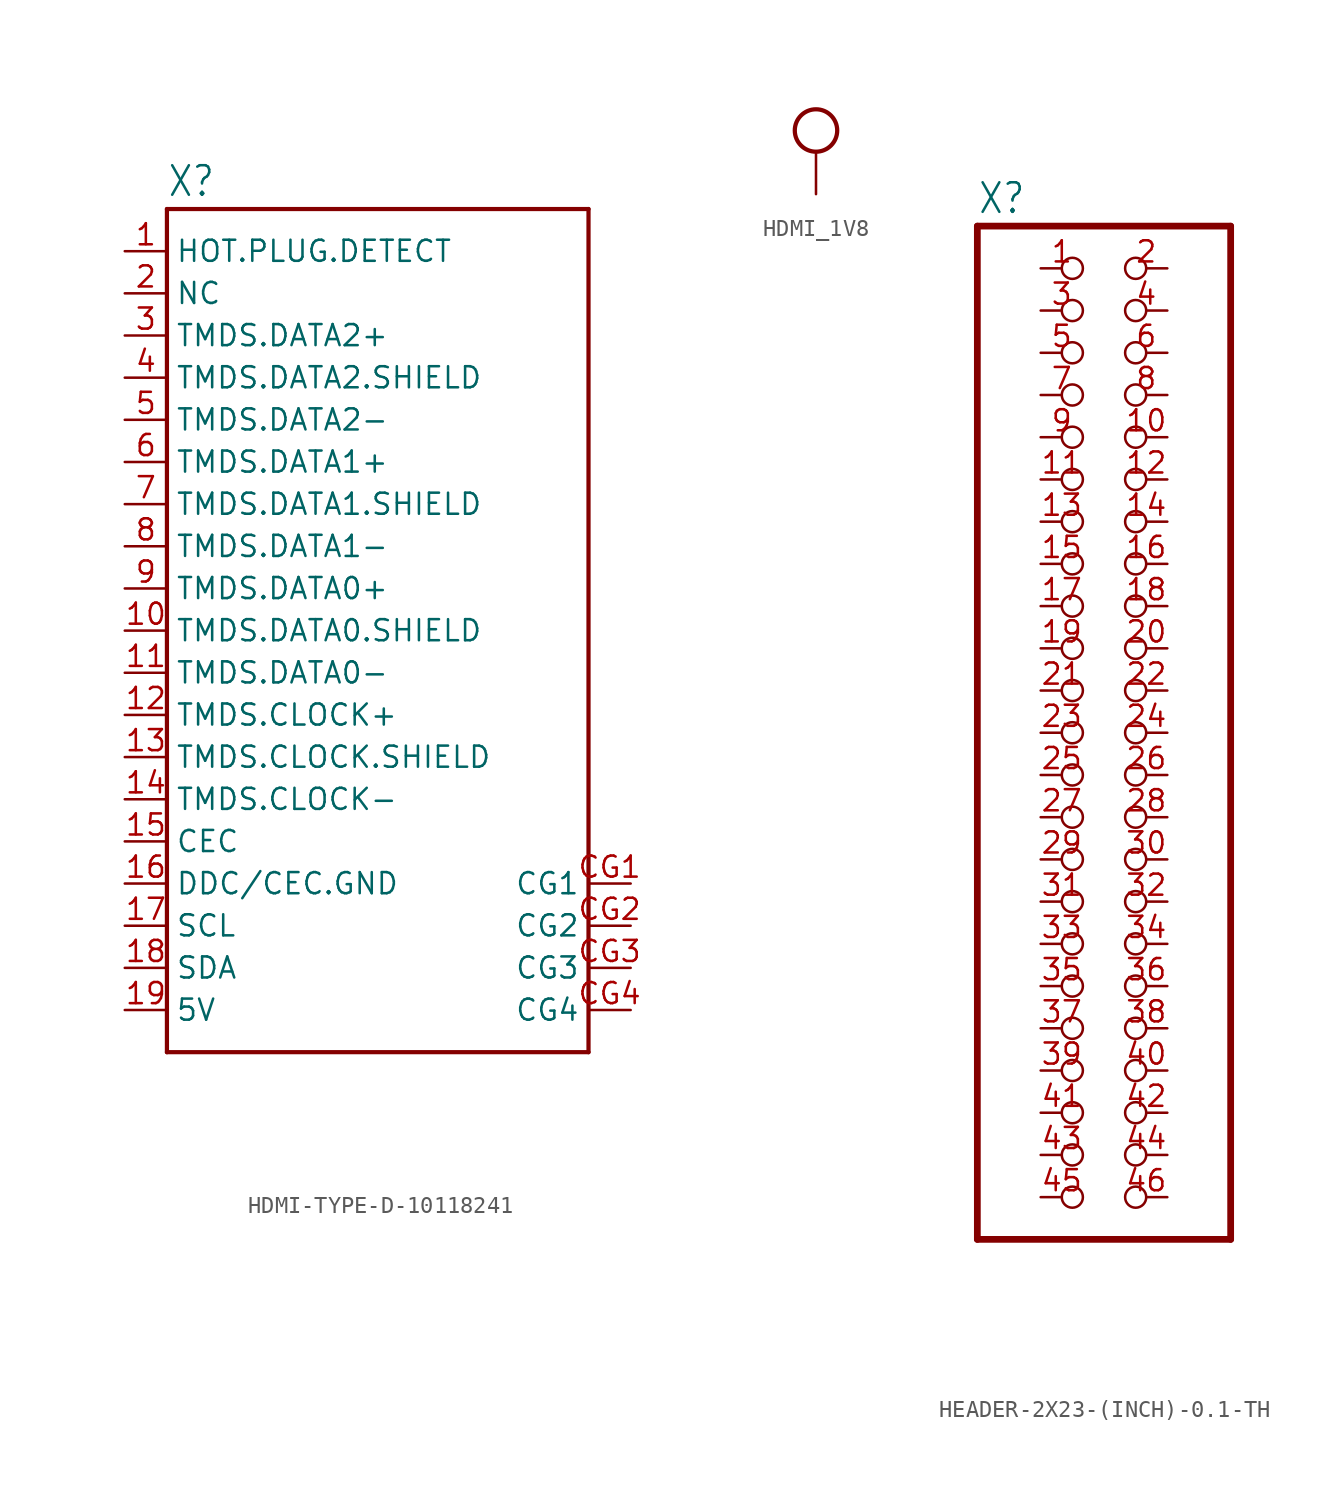
<source format=kicad_sym>
(kicad_symbol_lib
  (version 20231120)
  (generator "kicad_symbol_editor")
  (generator_version "8.0")
  (symbol "HDMI-TYPE-D-10118241"
    (property "Reference" "X"
      (at -12.7 26.035 0)
      (effects (font (size 1.778 1.511)) (justify left bottom)))
    (property "Value" ""
      (at -12.7 -27.94 0)
      (effects (font (size 1.778 1.511)) (justify left bottom)))
    (property "ki_locked" ""
      (at 0 0 0)
      (effects (font (size 1.27 1.27))))
    (symbol "HDMI-TYPE-D-10118241_1_0"
      (polyline (pts (xy -12.7 -25.4) (xy 12.7 -25.4)) (stroke (width 0.254) (type solid)) (fill (type none)))
      (polyline (pts (xy -12.7 25.4) (xy -12.7 -25.4)) (stroke (width 0.254) (type solid)) (fill (type none)))
      (polyline (pts (xy 12.7 -25.4) (xy 12.7 25.4)) (stroke (width 0.254) (type solid)) (fill (type none)))
      (polyline (pts (xy 12.7 25.4) (xy -12.7 25.4)) (stroke (width 0.254) (type solid)) (fill (type none)))
      (pin bidirectional line (at -15.24 22.86 0) (length 2.54) (name "HOT.PLUG.DETECT" (effects (font (size 1.27 1.27)))) (number "1" (effects (font (size 1.27 1.27)))))
      (pin bidirectional line (at -15.24 0 0) (length 2.54) (name "TMDS.DATA0.SHIELD" (effects (font (size 1.27 1.27)))) (number "10" (effects (font (size 1.27 1.27)))))
      (pin bidirectional line (at -15.24 -2.54 0) (length 2.54) (name "TMDS.DATA0-" (effects (font (size 1.27 1.27)))) (number "11" (effects (font (size 1.27 1.27)))))
      (pin bidirectional line (at -15.24 -5.08 0) (length 2.54) (name "TMDS.CLOCK+" (effects (font (size 1.27 1.27)))) (number "12" (effects (font (size 1.27 1.27)))))
      (pin bidirectional line (at -15.24 -7.62 0) (length 2.54) (name "TMDS.CLOCK.SHIELD" (effects (font (size 1.27 1.27)))) (number "13" (effects (font (size 1.27 1.27)))))
      (pin bidirectional line (at -15.24 -10.16 0) (length 2.54) (name "TMDS.CLOCK-" (effects (font (size 1.27 1.27)))) (number "14" (effects (font (size 1.27 1.27)))))
      (pin bidirectional line (at -15.24 -12.7 0) (length 2.54) (name "CEC" (effects (font (size 1.27 1.27)))) (number "15" (effects (font (size 1.27 1.27)))))
      (pin bidirectional line (at -15.24 -15.24 0) (length 2.54) (name "DDC/CEC.GND" (effects (font (size 1.27 1.27)))) (number "16" (effects (font (size 1.27 1.27)))))
      (pin bidirectional line (at -15.24 -17.78 0) (length 2.54) (name "SCL" (effects (font (size 1.27 1.27)))) (number "17" (effects (font (size 1.27 1.27)))))
      (pin bidirectional line (at -15.24 -20.32 0) (length 2.54) (name "SDA" (effects (font (size 1.27 1.27)))) (number "18" (effects (font (size 1.27 1.27)))))
      (pin bidirectional line (at -15.24 -22.86 0) (length 2.54) (name "5V" (effects (font (size 1.27 1.27)))) (number "19" (effects (font (size 1.27 1.27)))))
      (pin bidirectional line (at -15.24 20.32 0) (length 2.54) (name "NC" (effects (font (size 1.27 1.27)))) (number "2" (effects (font (size 1.27 1.27)))))
      (pin bidirectional line (at -15.24 17.78 0) (length 2.54) (name "TMDS.DATA2+" (effects (font (size 1.27 1.27)))) (number "3" (effects (font (size 1.27 1.27)))))
      (pin bidirectional line (at -15.24 15.24 0) (length 2.54) (name "TMDS.DATA2.SHIELD" (effects (font (size 1.27 1.27)))) (number "4" (effects (font (size 1.27 1.27)))))
      (pin bidirectional line (at -15.24 12.7 0) (length 2.54) (name "TMDS.DATA2-" (effects (font (size 1.27 1.27)))) (number "5" (effects (font (size 1.27 1.27)))))
      (pin bidirectional line (at -15.24 10.16 0) (length 2.54) (name "TMDS.DATA1+" (effects (font (size 1.27 1.27)))) (number "6" (effects (font (size 1.27 1.27)))))
      (pin bidirectional line (at -15.24 7.62 0) (length 2.54) (name "TMDS.DATA1.SHIELD" (effects (font (size 1.27 1.27)))) (number "7" (effects (font (size 1.27 1.27)))))
      (pin bidirectional line (at -15.24 5.08 0) (length 2.54) (name "TMDS.DATA1-" (effects (font (size 1.27 1.27)))) (number "8" (effects (font (size 1.27 1.27)))))
      (pin bidirectional line (at -15.24 2.54 0) (length 2.54) (name "TMDS.DATA0+" (effects (font (size 1.27 1.27)))) (number "9" (effects (font (size 1.27 1.27)))))
      (pin bidirectional line (at 15.24 -15.24 180) (length 2.54) (name "CG1" (effects (font (size 1.27 1.27)))) (number "CG1" (effects (font (size 1.27 1.27)))))
      (pin bidirectional line (at 15.24 -17.78 180) (length 2.54) (name "CG2" (effects (font (size 1.27 1.27)))) (number "CG2" (effects (font (size 1.27 1.27)))))
      (pin bidirectional line (at 15.24 -20.32 180) (length 2.54) (name "CG3" (effects (font (size 1.27 1.27)))) (number "CG3" (effects (font (size 1.27 1.27)))))
      (pin bidirectional line (at 15.24 -22.86 180) (length 2.54) (name "CG4" (effects (font (size 1.27 1.27)))) (number "CG4" (effects (font (size 1.27 1.27)))))))
  (symbol "HDMI_1V8"
    (power)
    (property "Reference" "#SUPPLY"
      (at 0 0 0)
      (effects (font (size 1.27 1.27)) (hide yes)))
    (property "Value" ""
      (at 0 4.064 0)
      (effects (font (size 1.778 1.511))))
    (property "ki_locked" ""
      (at 0 0 0)
      (effects (font (size 1.27 1.27))))
    (symbol "HDMI_1V8_1_0"
      (circle (center 0 1.27) (radius 1.27) (stroke (width 0.254) (type solid)) (fill (type none)))
      (pin power_in line (at 0 -2.54 90) (length 2.54) (name "HDMI_1V8" (effects (font (size 0 0)))) (number "1" (effects (font (size 0 0)))))))
  (symbol "HEADER-2X23-(INCH)-0.1-TH"
    (property "Reference" "X"
      (at -6.35 31.115 0)
      (effects (font (size 1.778 1.511)) (justify left bottom)))
    (property "Value" ""
      (at -6.35 -33.02 0)
      (effects (font (size 1.778 1.511)) (justify left bottom)))
    (property "ki_locked" ""
      (at 0 0 0)
      (effects (font (size 1.27 1.27))))
    (symbol "HEADER-2X23-(INCH)-0.1-TH_1_0"
      (polyline (pts (xy -6.35 -30.48) (xy 8.89 -30.48)) (stroke (width 0.406) (type solid)) (fill (type none)))
      (polyline (pts (xy -6.35 30.48) (xy -6.35 -30.48)) (stroke (width 0.406) (type solid)) (fill (type none)))
      (polyline (pts (xy 8.89 -30.48) (xy 8.89 30.48)) (stroke (width 0.406) (type solid)) (fill (type none)))
      (polyline (pts (xy 8.89 30.48) (xy -6.35 30.48)) (stroke (width 0.406) (type solid)) (fill (type none)))
      (pin passive inverted (at -2.54 27.94 0) (length 2.54) (name "1" (effects (font (size 0 0)))) (number "1" (effects (font (size 1.27 1.27)))))
      (pin passive inverted (at 5.08 17.78 180) (length 2.54) (name "10" (effects (font (size 0 0)))) (number "10" (effects (font (size 1.27 1.27)))))
      (pin passive inverted (at -2.54 15.24 0) (length 2.54) (name "11" (effects (font (size 0 0)))) (number "11" (effects (font (size 1.27 1.27)))))
      (pin passive inverted (at 5.08 15.24 180) (length 2.54) (name "12" (effects (font (size 0 0)))) (number "12" (effects (font (size 1.27 1.27)))))
      (pin passive inverted (at -2.54 12.7 0) (length 2.54) (name "13" (effects (font (size 0 0)))) (number "13" (effects (font (size 1.27 1.27)))))
      (pin passive inverted (at 5.08 12.7 180) (length 2.54) (name "14" (effects (font (size 0 0)))) (number "14" (effects (font (size 1.27 1.27)))))
      (pin passive inverted (at -2.54 10.16 0) (length 2.54) (name "15" (effects (font (size 0 0)))) (number "15" (effects (font (size 1.27 1.27)))))
      (pin passive inverted (at 5.08 10.16 180) (length 2.54) (name "16" (effects (font (size 0 0)))) (number "16" (effects (font (size 1.27 1.27)))))
      (pin passive inverted (at -2.54 7.62 0) (length 2.54) (name "17" (effects (font (size 0 0)))) (number "17" (effects (font (size 1.27 1.27)))))
      (pin passive inverted (at 5.08 7.62 180) (length 2.54) (name "18" (effects (font (size 0 0)))) (number "18" (effects (font (size 1.27 1.27)))))
      (pin passive inverted (at -2.54 5.08 0) (length 2.54) (name "19" (effects (font (size 0 0)))) (number "19" (effects (font (size 1.27 1.27)))))
      (pin passive inverted (at 5.08 27.94 180) (length 2.54) (name "2" (effects (font (size 0 0)))) (number "2" (effects (font (size 1.27 1.27)))))
      (pin passive inverted (at 5.08 5.08 180) (length 2.54) (name "20" (effects (font (size 0 0)))) (number "20" (effects (font (size 1.27 1.27)))))
      (pin passive inverted (at -2.54 2.54 0) (length 2.54) (name "21" (effects (font (size 0 0)))) (number "21" (effects (font (size 1.27 1.27)))))
      (pin passive inverted (at 5.08 2.54 180) (length 2.54) (name "22" (effects (font (size 0 0)))) (number "22" (effects (font (size 1.27 1.27)))))
      (pin passive inverted (at -2.54 0 0) (length 2.54) (name "23" (effects (font (size 0 0)))) (number "23" (effects (font (size 1.27 1.27)))))
      (pin passive inverted (at 5.08 0 180) (length 2.54) (name "24" (effects (font (size 0 0)))) (number "24" (effects (font (size 1.27 1.27)))))
      (pin passive inverted (at -2.54 -2.54 0) (length 2.54) (name "25" (effects (font (size 0 0)))) (number "25" (effects (font (size 1.27 1.27)))))
      (pin passive inverted (at 5.08 -2.54 180) (length 2.54) (name "26" (effects (font (size 0 0)))) (number "26" (effects (font (size 1.27 1.27)))))
      (pin passive inverted (at -2.54 -5.08 0) (length 2.54) (name "27" (effects (font (size 0 0)))) (number "27" (effects (font (size 1.27 1.27)))))
      (pin passive inverted (at 5.08 -5.08 180) (length 2.54) (name "28" (effects (font (size 0 0)))) (number "28" (effects (font (size 1.27 1.27)))))
      (pin passive inverted (at -2.54 -7.62 0) (length 2.54) (name "29" (effects (font (size 0 0)))) (number "29" (effects (font (size 1.27 1.27)))))
      (pin passive inverted (at -2.54 25.4 0) (length 2.54) (name "3" (effects (font (size 0 0)))) (number "3" (effects (font (size 1.27 1.27)))))
      (pin passive inverted (at 5.08 -7.62 180) (length 2.54) (name "30" (effects (font (size 0 0)))) (number "30" (effects (font (size 1.27 1.27)))))
      (pin passive inverted (at -2.54 -10.16 0) (length 2.54) (name "31" (effects (font (size 0 0)))) (number "31" (effects (font (size 1.27 1.27)))))
      (pin passive inverted (at 5.08 -10.16 180) (length 2.54) (name "32" (effects (font (size 0 0)))) (number "32" (effects (font (size 1.27 1.27)))))
      (pin passive inverted (at -2.54 -12.7 0) (length 2.54) (name "33" (effects (font (size 0 0)))) (number "33" (effects (font (size 1.27 1.27)))))
      (pin passive inverted (at 5.08 -12.7 180) (length 2.54) (name "34" (effects (font (size 0 0)))) (number "34" (effects (font (size 1.27 1.27)))))
      (pin passive inverted (at -2.54 -15.24 0) (length 2.54) (name "35" (effects (font (size 0 0)))) (number "35" (effects (font (size 1.27 1.27)))))
      (pin passive inverted (at 5.08 -15.24 180) (length 2.54) (name "36" (effects (font (size 0 0)))) (number "36" (effects (font (size 1.27 1.27)))))
      (pin passive inverted (at -2.54 -17.78 0) (length 2.54) (name "37" (effects (font (size 0 0)))) (number "37" (effects (font (size 1.27 1.27)))))
      (pin passive inverted (at 5.08 -17.78 180) (length 2.54) (name "38" (effects (font (size 0 0)))) (number "38" (effects (font (size 1.27 1.27)))))
      (pin passive inverted (at -2.54 -20.32 0) (length 2.54) (name "39" (effects (font (size 0 0)))) (number "39" (effects (font (size 1.27 1.27)))))
      (pin passive inverted (at 5.08 25.4 180) (length 2.54) (name "4" (effects (font (size 0 0)))) (number "4" (effects (font (size 1.27 1.27)))))
      (pin passive inverted (at 5.08 -20.32 180) (length 2.54) (name "40" (effects (font (size 0 0)))) (number "40" (effects (font (size 1.27 1.27)))))
      (pin passive inverted (at -2.54 -22.86 0) (length 2.54) (name "41" (effects (font (size 0 0)))) (number "41" (effects (font (size 1.27 1.27)))))
      (pin passive inverted (at 5.08 -22.86 180) (length 2.54) (name "42" (effects (font (size 0 0)))) (number "42" (effects (font (size 1.27 1.27)))))
      (pin passive inverted (at -2.54 -25.4 0) (length 2.54) (name "43" (effects (font (size 0 0)))) (number "43" (effects (font (size 1.27 1.27)))))
      (pin passive inverted (at 5.08 -25.4 180) (length 2.54) (name "44" (effects (font (size 0 0)))) (number "44" (effects (font (size 1.27 1.27)))))
      (pin passive inverted (at -2.54 -27.94 0) (length 2.54) (name "45" (effects (font (size 0 0)))) (number "45" (effects (font (size 1.27 1.27)))))
      (pin passive inverted (at 5.08 -27.94 180) (length 2.54) (name "46" (effects (font (size 0 0)))) (number "46" (effects (font (size 1.27 1.27)))))
      (pin passive inverted (at -2.54 22.86 0) (length 2.54) (name "5" (effects (font (size 0 0)))) (number "5" (effects (font (size 1.27 1.27)))))
      (pin passive inverted (at 5.08 22.86 180) (length 2.54) (name "6" (effects (font (size 0 0)))) (number "6" (effects (font (size 1.27 1.27)))))
      (pin passive inverted (at -2.54 20.32 0) (length 2.54) (name "7" (effects (font (size 0 0)))) (number "7" (effects (font (size 1.27 1.27)))))
      (pin passive inverted (at 5.08 20.32 180) (length 2.54) (name "8" (effects (font (size 0 0)))) (number "8" (effects (font (size 1.27 1.27)))))
      (pin passive inverted (at -2.54 17.78 0) (length 2.54) (name "9" (effects (font (size 0 0)))) (number "9" (effects (font (size 1.27 1.27))))))))
</source>
